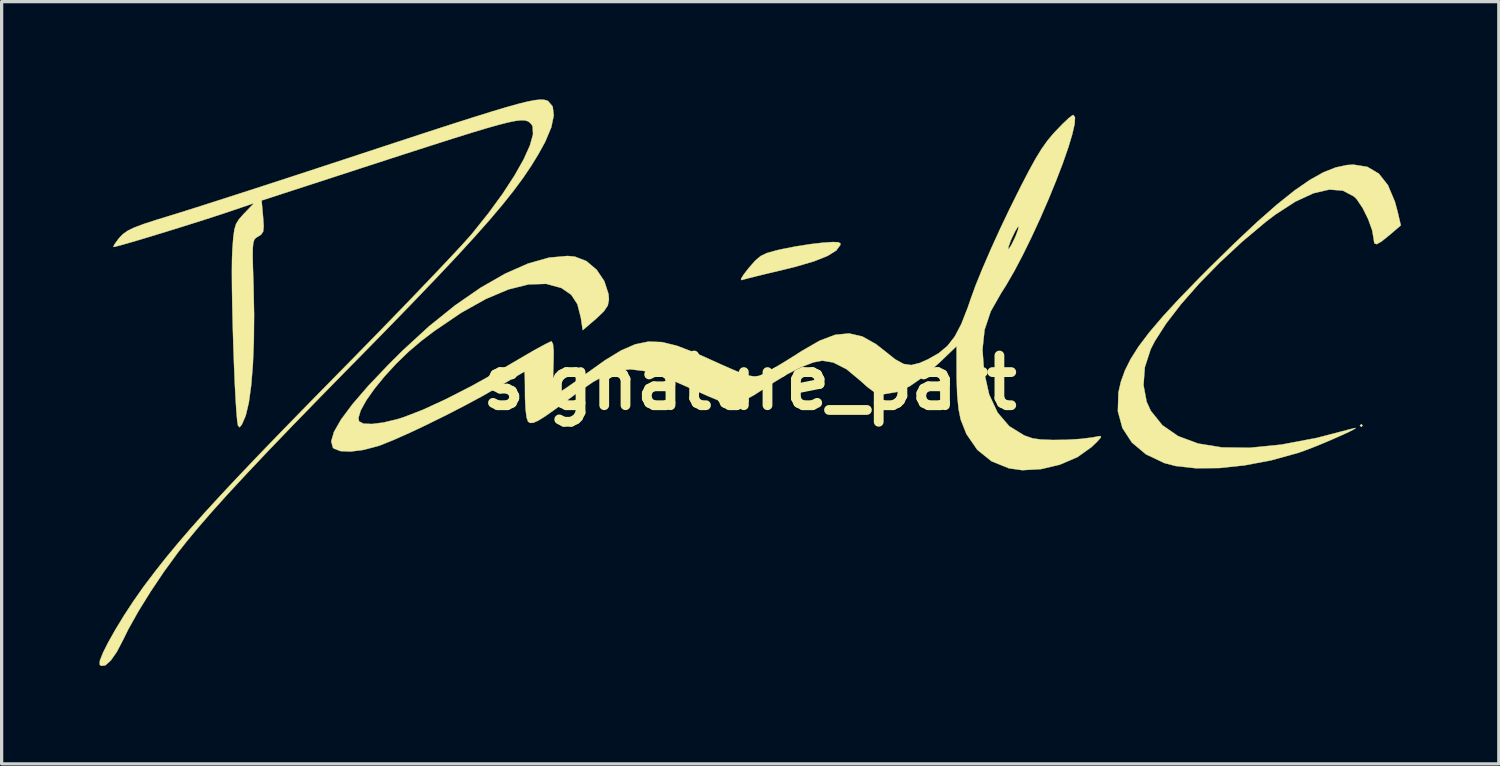
<source format=kicad_pcb>
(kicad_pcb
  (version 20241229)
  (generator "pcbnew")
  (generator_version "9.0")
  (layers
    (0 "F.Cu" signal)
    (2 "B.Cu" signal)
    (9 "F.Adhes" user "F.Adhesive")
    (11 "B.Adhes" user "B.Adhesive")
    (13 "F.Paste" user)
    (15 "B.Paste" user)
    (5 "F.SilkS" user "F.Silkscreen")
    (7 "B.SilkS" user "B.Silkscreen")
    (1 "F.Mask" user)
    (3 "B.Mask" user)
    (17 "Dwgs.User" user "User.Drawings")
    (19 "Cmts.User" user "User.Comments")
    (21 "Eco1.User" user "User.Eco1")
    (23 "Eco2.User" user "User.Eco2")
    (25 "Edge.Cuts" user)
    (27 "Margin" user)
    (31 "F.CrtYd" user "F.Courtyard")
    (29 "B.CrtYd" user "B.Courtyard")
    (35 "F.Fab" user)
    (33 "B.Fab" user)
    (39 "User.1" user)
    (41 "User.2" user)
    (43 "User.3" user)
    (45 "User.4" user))
  (footprint "signature_part"
    (layer "F.Cu")
    (at 19.942 8.687)
    (property "Reference" "signature_part" (at 0 0 0) (layer "F.SilkS") (effects (font (size 1.524 1.524) (thickness 0.3))))
    (attr through_hole)
    (fp_poly (pts (xy 18.796 1.312) (xy 18.754 1.355) (xy 18.711 1.312) (xy 18.754 1.27) (xy 18.796 1.312)) (stroke (width 0.01) (type solid)) (fill yes) (layer "F.SilkS"))
    (fp_poly (pts (xy 2.716 -4.309) (xy 2.781 -4.272) (xy 2.778 -4.225) (xy 2.653 -4.055) (xy 2.387 -3.889) (xy 1.972 -3.724) (xy 1.4 -3.556) (xy 1.035 -3.466) (xy 0.605 -3.364) (xy 0.228 -3.273) (xy -0.062 -3.2) (xy -0.231 -3.154) (xy -0.254 -3.147) (xy -0.27 -3.18) (xy -0.191 -3.312) (xy -0.034 -3.515) (xy -0.025 -3.525) (xy 0.167 -3.744) (xy 0.332 -3.884) (xy 0.525 -3.977) (xy 0.802 -4.055) (xy 0.991 -4.098) (xy 1.41 -4.18) (xy 1.863 -4.251) (xy 2.234 -4.294) (xy 2.544 -4.315) (xy 2.716 -4.309)) (stroke (width 0.01) (type solid)) (fill yes) (layer "F.SilkS"))
    (fp_poly (pts (xy 18.941 -6.62) (xy 19.292 -6.412) (xy 19.571 -6.059) (xy 19.784 -5.554) (xy 19.861 -5.271) (xy 19.966 -4.826) (xy 19.62 -4.53) (xy 19.374 -4.332) (xy 19.226 -4.249) (xy 19.153 -4.276) (xy 19.135 -4.399) (xy 19.087 -4.677) (xy 18.964 -5.018) (xy 18.796 -5.357) (xy 18.614 -5.627) (xy 18.531 -5.711) (xy 18.189 -5.891) (xy 17.772 -5.924) (xy 17.283 -5.81) (xy 16.728 -5.552) (xy 16.111 -5.152) (xy 15.824 -4.933) (xy 15.101 -4.326) (xy 14.414 -3.688) (xy 13.782 -3.042) (xy 13.226 -2.409) (xy 12.765 -1.81) (xy 12.418 -1.268) (xy 12.295 -1.027) (xy 12.116 -0.477) (xy 12.075 0.072) (xy 12.171 0.583) (xy 12.298 0.861) (xy 12.653 1.302) (xy 13.137 1.637) (xy 13.747 1.864) (xy 14.479 1.983) (xy 15.332 1.994) (xy 16.302 1.897) (xy 17.387 1.692) (xy 18.5 1.402) (xy 18.584 1.386) (xy 18.539 1.422) (xy 18.389 1.5) (xy 18.161 1.606) (xy 17.882 1.729) (xy 17.578 1.859) (xy 17.275 1.982) (xy 17 2.087) (xy 16.806 2.154) (xy 15.991 2.379) (xy 15.177 2.533) (xy 14.397 2.616) (xy 13.682 2.623) (xy 13.062 2.554) (xy 12.717 2.464) (xy 12.149 2.195) (xy 11.718 1.833) (xy 11.429 1.39) (xy 11.289 0.877) (xy 11.305 0.304) (xy 11.378 -0.022) (xy 11.502 -0.368) (xy 11.68 -0.726) (xy 11.924 -1.111) (xy 12.247 -1.538) (xy 12.659 -2.023) (xy 13.172 -2.58) (xy 13.799 -3.225) (xy 14.089 -3.517) (xy 14.875 -4.287) (xy 15.565 -4.935) (xy 16.17 -5.467) (xy 16.702 -5.892) (xy 17.171 -6.217) (xy 17.589 -6.451) (xy 17.966 -6.601) (xy 18.315 -6.676) (xy 18.514 -6.688) (xy 18.941 -6.62)) (stroke (width 0.01) (type solid)) (fill yes) (layer "F.SilkS"))
    (fp_poly (pts (xy -6.322 -8.679) (xy -6.234 -8.66) (xy -6.185 -8.638) (xy -6.043 -8.472) (xy -6.01 -8.197) (xy -6.086 -7.833) (xy -6.268 -7.4) (xy -6.293 -7.351) (xy -6.486 -7.002) (xy -6.702 -6.65) (xy -6.95 -6.283) (xy -7.239 -5.892) (xy -7.578 -5.466) (xy -7.976 -4.995) (xy -8.442 -4.469) (xy -8.984 -3.878) (xy -9.612 -3.211) (xy -10.334 -2.458) (xy -11.16 -1.608) (xy -12.098 -0.652) (xy -12.173 -0.577) (xy -13.148 0.417) (xy -14.01 1.303) (xy -14.767 2.09) (xy -15.427 2.789) (xy -16 3.407) (xy -16.493 3.955) (xy -16.915 4.441) (xy -17.275 4.876) (xy -17.536 5.207) (xy -17.957 5.784) (xy -18.37 6.399) (xy -18.747 7.007) (xy -19.059 7.564) (xy -19.219 7.889) (xy -19.41 8.254) (xy -19.596 8.519) (xy -19.763 8.668) (xy -19.893 8.683) (xy -19.937 8.639) (xy -19.927 8.515) (xy -19.833 8.278) (xy -19.669 7.953) (xy -19.45 7.566) (xy -19.191 7.141) (xy -18.904 6.703) (xy -18.605 6.277) (xy -18.531 6.177) (xy -18.221 5.769) (xy -17.897 5.359) (xy -17.547 4.936) (xy -17.163 4.489) (xy -16.732 4.004) (xy -16.245 3.472) (xy -15.69 2.88) (xy -15.058 2.216) (xy -14.336 1.469) (xy -13.515 0.628) (xy -12.584 -0.321) (xy -12.564 -0.34) (xy -11.916 -1.001) (xy -11.284 -1.649) (xy -10.682 -2.269) (xy -10.125 -2.849) (xy -9.624 -3.373) (xy -9.194 -3.828) (xy -8.849 -4.198) (xy -8.603 -4.471) (xy -8.514 -4.573) (xy -8.013 -5.199) (xy -7.576 -5.798) (xy -7.214 -6.354) (xy -6.932 -6.853) (xy -6.74 -7.28) (xy -6.646 -7.62) (xy -6.658 -7.859) (xy -6.693 -7.922) (xy -6.745 -7.977) (xy -6.807 -8.019) (xy -6.891 -8.044) (xy -7.009 -8.049) (xy -7.174 -8.031) (xy -7.398 -7.986) (xy -7.693 -7.912) (xy -8.072 -7.805) (xy -8.546 -7.662) (xy -9.129 -7.48) (xy -9.831 -7.256) (xy -10.666 -6.987) (xy -11.646 -6.669) (xy -11.993 -6.556) (xy -14.97 -5.588) (xy -14.925 -5.089) (xy -14.905 -4.805) (xy -14.92 -4.64) (xy -14.982 -4.545) (xy -15.072 -4.486) (xy -15.143 -4.444) (xy -15.193 -4.388) (xy -15.224 -4.292) (xy -15.24 -4.132) (xy -15.243 -3.88) (xy -15.235 -3.512) (xy -15.218 -3.002) (xy -15.217 -2.962) (xy -15.2 -2.102) (xy -15.207 -1.294) (xy -15.237 -0.558) (xy -15.289 0.081) (xy -15.36 0.602) (xy -15.45 0.983) (xy -15.475 1.053) (xy -15.576 1.283) (xy -15.644 1.366) (xy -15.693 1.316) (xy -15.717 1.174) (xy -15.742 0.889) (xy -15.768 0.487) (xy -15.793 -0.005) (xy -15.816 -0.563) (xy -15.837 -1.159) (xy -15.855 -1.767) (xy -15.869 -2.361) (xy -15.878 -2.915) (xy -15.881 -3.403) (xy -15.877 -3.798) (xy -15.867 -4.064) (xy -15.839 -4.442) (xy -15.805 -4.696) (xy -15.752 -4.872) (xy -15.664 -5.013) (xy -15.529 -5.166) (xy -15.508 -5.187) (xy -15.203 -5.506) (xy -15.835 -5.291) (xy -16.223 -5.161) (xy -16.677 -5.014) (xy -17.169 -4.858) (xy -17.674 -4.7) (xy -18.166 -4.549) (xy -18.618 -4.412) (xy -19.005 -4.298) (xy -19.3 -4.214) (xy -19.477 -4.169) (xy -19.517 -4.164) (xy -19.485 -4.239) (xy -19.373 -4.393) (xy -19.319 -4.459) (xy -19.211 -4.568) (xy -19.07 -4.665) (xy -18.87 -4.761) (xy -18.583 -4.869) (xy -18.18 -5) (xy -17.78 -5.122) (xy -17.448 -5.225) (xy -16.975 -5.374) (xy -16.382 -5.564) (xy -15.689 -5.787) (xy -14.916 -6.037) (xy -14.084 -6.308) (xy -13.213 -6.593) (xy -12.323 -6.885) (xy -11.896 -7.026) (xy -10.823 -7.379) (xy -9.899 -7.682) (xy -9.112 -7.937) (xy -8.45 -8.148) (xy -7.901 -8.319) (xy -7.453 -8.453) (xy -7.095 -8.553) (xy -6.815 -8.622) (xy -6.6 -8.664) (xy -6.44 -8.682) (xy -6.322 -8.679)) (stroke (width 0.01) (type solid)) (fill yes) (layer "F.SilkS"))
    (fp_poly (pts (xy 9.975 -8.14) (xy 9.963 -7.936) (xy 9.891 -7.62) (xy 9.768 -7.212) (xy 9.6 -6.73) (xy 9.395 -6.196) (xy 9.163 -5.629) (xy 8.91 -5.047) (xy 8.645 -4.472) (xy 8.376 -3.923) (xy 8.11 -3.418) (xy 7.856 -2.979) (xy 7.714 -2.758) (xy 7.39 -2.188) (xy 7.201 -1.623) (xy 7.137 -1.016) (xy 7.187 -0.329) (xy 7.342 0.361) (xy 7.6 0.915) (xy 7.959 1.334) (xy 8.419 1.617) (xy 8.67 1.704) (xy 8.925 1.741) (xy 9.292 1.755) (xy 9.715 1.749) (xy 10.14 1.723) (xy 10.509 1.678) (xy 10.668 1.647) (xy 10.765 1.635) (xy 10.765 1.681) (xy 10.657 1.803) (xy 10.485 1.97) (xy 10.052 2.279) (xy 9.516 2.51) (xy 8.934 2.649) (xy 8.357 2.682) (xy 7.948 2.624) (xy 7.414 2.408) (xy 6.977 2.056) (xy 6.645 1.574) (xy 6.469 1.13) (xy 6.404 0.811) (xy 6.361 0.37) (xy 6.344 -0.147) (xy 6.344 -0.2) (xy 6.342 -1.12) (xy 5.817 -0.617) (xy 5.33 -0.186) (xy 4.902 0.11) (xy 4.507 0.284) (xy 4.123 0.35) (xy 3.955 0.348) (xy 3.819 0.287) (xy 3.614 0.136) (xy 3.405 -0.051) (xy 2.968 -0.415) (xy 2.562 -0.621) (xy 2.225 -0.677) (xy 1.952 -0.625) (xy 1.583 -0.481) (xy 1.152 -0.263) (xy 0.695 0.015) (xy 0.617 0.067) (xy 0.13 0.38) (xy -0.238 0.581) (xy -0.495 0.671) (xy -0.557 0.677) (xy -0.689 0.644) (xy -0.936 0.552) (xy -1.261 0.418) (xy -1.556 0.287) (xy -2.232 -0.012) (xy -2.789 -0.229) (xy -3.254 -0.362) (xy -3.659 -0.411) (xy -4.031 -0.372) (xy -4.401 -0.245) (xy -4.797 -0.029) (xy -5.248 0.279) (xy -5.545 0.499) (xy -5.965 0.811) (xy -6.273 1.029) (xy -6.49 1.164) (xy -6.637 1.228) (xy -6.734 1.233) (xy -6.799 1.193) (xy -6.843 1.067) (xy -6.875 0.815) (xy -6.891 0.478) (xy -6.892 0.381) (xy -6.894 0.056) (xy -6.898 -0.193) (xy -6.905 -0.326) (xy -6.908 -0.339) (xy -6.983 -0.298) (xy -7.172 -0.188) (xy -7.447 -0.027) (xy -7.717 0.133) (xy -8.186 0.402) (xy -8.728 0.694) (xy -9.306 0.992) (xy -9.888 1.279) (xy -10.437 1.539) (xy -10.921 1.754) (xy -11.304 1.908) (xy -11.406 1.944) (xy -11.843 2.059) (xy -12.238 2.11) (xy -12.555 2.096) (xy -12.759 2.015) (xy -12.783 1.991) (xy -12.835 1.797) (xy -12.751 1.508) (xy -12.532 1.126) (xy -12.181 0.655) (xy -11.699 0.097) (xy -11.088 -0.546) (xy -10.649 -0.983) (xy -9.838 -1.728) (xy -9.035 -2.374) (xy -8.252 -2.915) (xy -7.503 -3.344) (xy -6.801 -3.654) (xy -6.157 -3.837) (xy -5.586 -3.888) (xy -5.363 -3.867) (xy -5.008 -3.73) (xy -4.695 -3.465) (xy -4.459 -3.114) (xy -4.331 -2.719) (xy -4.318 -2.549) (xy -4.353 -2.369) (xy -4.475 -2.187) (xy -4.714 -1.96) (xy -4.72 -1.955) (xy -5.122 -1.611) (xy -5.18 -1.996) (xy -5.285 -2.407) (xy -5.473 -2.696) (xy -5.769 -2.901) (xy -5.785 -2.908) (xy -6.241 -3.032) (xy -6.781 -3.016) (xy -7.401 -2.861) (xy -8.093 -2.569) (xy -8.852 -2.144) (xy -9.673 -1.586) (xy -10.06 -1.293) (xy -10.458 -0.956) (xy -10.845 -0.581) (xy -11.203 -0.191) (xy -11.515 0.193) (xy -11.764 0.547) (xy -11.931 0.85) (xy -12 1.079) (xy -11.982 1.183) (xy -11.846 1.254) (xy -11.585 1.265) (xy -11.233 1.22) (xy -10.822 1.122) (xy -10.618 1.059) (xy -10.029 0.831) (xy -9.328 0.509) (xy -8.536 0.104) (xy -7.676 -0.374) (xy -7.222 -0.64) (xy -6.84 -0.864) (xy -6.508 -1.053) (xy -6.253 -1.191) (xy -6.103 -1.263) (xy -6.079 -1.27) (xy -6.035 -1.191) (xy -6.013 -0.978) (xy -6.015 -0.741) (xy -6.028 -0.256) (xy -6.02 0.075) (xy -5.989 0.268) (xy -5.935 0.338) (xy -5.927 0.339) (xy -5.83 0.291) (xy -5.628 0.16) (xy -5.349 -0.034) (xy -5.024 -0.271) (xy -5.013 -0.279) (xy -4.436 -0.691) (xy -3.946 -0.989) (xy -3.514 -1.178) (xy -3.105 -1.262) (xy -2.689 -1.246) (xy -2.233 -1.134) (xy -1.705 -0.932) (xy -1.424 -0.808) (xy -0.901 -0.571) (xy -0.507 -0.397) (xy -0.218 -0.28) (xy -0.007 -0.214) (xy 0.15 -0.193) (xy 0.278 -0.21) (xy 0.403 -0.26) (xy 0.528 -0.324) (xy 0.761 -0.456) (xy 1.082 -0.65) (xy 1.436 -0.871) (xy 1.594 -0.973) (xy 2.143 -1.29) (xy 2.618 -1.47) (xy 3.046 -1.512) (xy 3.454 -1.418) (xy 3.867 -1.187) (xy 4.137 -0.976) (xy 4.461 -0.718) (xy 4.717 -0.577) (xy 4.952 -0.542) (xy 5.212 -0.606) (xy 5.463 -0.717) (xy 5.796 -0.906) (xy 6.063 -1.13) (xy 6.287 -1.418) (xy 6.487 -1.799) (xy 6.685 -2.305) (xy 6.78 -2.582) (xy 6.927 -2.986) (xy 7.136 -3.501) (xy 7.39 -4.087) (xy 7.394 -4.097) (xy 7.928 -4.097) (xy 7.946 -4.106) (xy 8.028 -4.234) (xy 8.133 -4.45) (xy 8.167 -4.53) (xy 8.233 -4.713) (xy 8.243 -4.793) (xy 8.225 -4.784) (xy 8.144 -4.656) (xy 8.039 -4.44) (xy 8.004 -4.36) (xy 7.938 -4.177) (xy 7.928 -4.097) (xy 7.394 -4.097) (xy 7.671 -4.706) (xy 7.963 -5.318) (xy 7.996 -5.385) (xy 8.302 -6) (xy 8.553 -6.485) (xy 8.762 -6.865) (xy 8.945 -7.164) (xy 9.116 -7.406) (xy 9.288 -7.616) (xy 9.358 -7.692) (xy 9.587 -7.931) (xy 9.779 -8.112) (xy 9.9 -8.206) (xy 9.919 -8.213) (xy 9.975 -8.14)) (stroke (width 0.01) (type solid)) (fill yes) (layer "F.SilkS")))
  (gr_rect
    (start -3 -3)
    (end 42.913 20.375)
    (stroke (width 0.1) (type default))
    (fill no)
    (layer "Edge.Cuts")))
</source>
